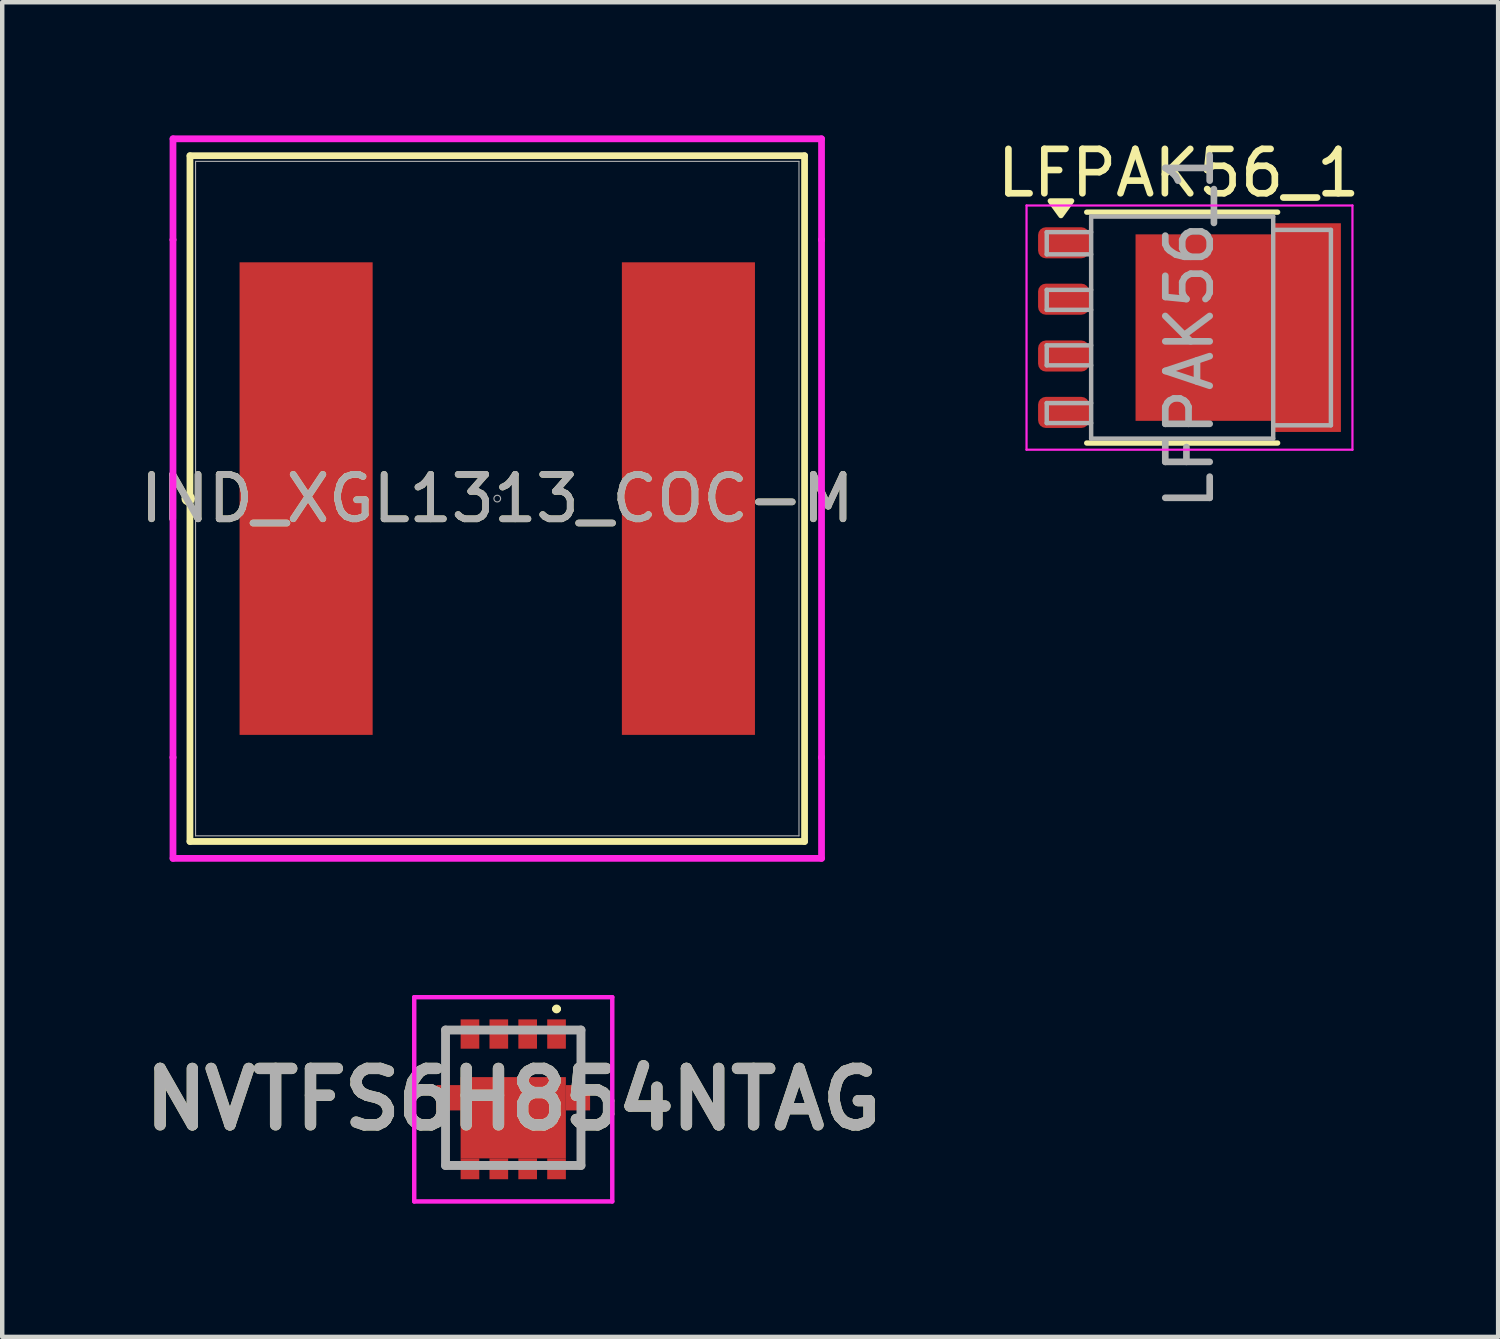
<source format=kicad_pcb>
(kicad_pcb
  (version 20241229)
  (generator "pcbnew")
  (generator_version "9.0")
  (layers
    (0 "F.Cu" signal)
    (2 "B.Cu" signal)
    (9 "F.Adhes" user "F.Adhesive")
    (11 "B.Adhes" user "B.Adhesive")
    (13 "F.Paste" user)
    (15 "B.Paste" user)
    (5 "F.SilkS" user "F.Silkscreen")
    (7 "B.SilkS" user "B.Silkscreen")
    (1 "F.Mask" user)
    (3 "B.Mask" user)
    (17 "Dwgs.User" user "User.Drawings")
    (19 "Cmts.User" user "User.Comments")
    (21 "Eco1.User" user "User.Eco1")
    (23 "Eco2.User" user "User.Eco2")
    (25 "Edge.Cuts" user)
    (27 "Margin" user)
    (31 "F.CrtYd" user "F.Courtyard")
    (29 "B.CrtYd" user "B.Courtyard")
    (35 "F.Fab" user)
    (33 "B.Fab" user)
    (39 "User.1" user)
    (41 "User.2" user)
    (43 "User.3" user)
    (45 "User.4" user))
  (footprint "IND_XGL1313_COC-M"
    (layer "F.Cu")
    (at 8.149 8.179)
    (property "Reference" "IND_XGL1313_COC-M" (at 0 0 0) (unlocked yes) (layer "F.SilkS") (effects (font (size 1 1) (thickness 0.15))))
    (attr smd)
    (fp_line (start -6.921 -7.722) (end -6.921 7.722) (stroke (width 0.152) (type solid)) (layer "F.SilkS"))
    (fp_line (start -6.921 7.722) (end 6.921 7.722) (stroke (width 0.152) (type solid)) (layer "F.SilkS"))
    (fp_line (start 6.921 -7.722) (end -6.921 -7.722) (stroke (width 0.152) (type solid)) (layer "F.SilkS"))
    (fp_line (start 6.921 7.722) (end 6.921 -7.722) (stroke (width 0.152) (type solid)) (layer "F.SilkS"))
    (fp_circle (center -6.96 0) (end -6.883 0) (stroke (width 0.152) (type solid)) (fill no) (layer "F.SilkS"))
    (fp_line (start -7.303 -8.103) (end 7.303 -8.103) (stroke (width 0.152) (type solid)) (layer "F.CrtYd"))
    (fp_line (start -7.303 -5.829) (end -7.303 -8.103) (stroke (width 0.152) (type solid)) (layer "F.CrtYd"))
    (fp_line (start -7.303 -5.829) (end -7.303 -5.829) (stroke (width 0.152) (type solid)) (layer "F.CrtYd"))
    (fp_line (start -7.303 5.829) (end -7.303 -5.829) (stroke (width 0.152) (type solid)) (layer "F.CrtYd"))
    (fp_line (start -7.303 5.829) (end -7.303 5.829) (stroke (width 0.152) (type solid)) (layer "F.CrtYd"))
    (fp_line (start -7.303 8.103) (end -7.303 5.829) (stroke (width 0.152) (type solid)) (layer "F.CrtYd"))
    (fp_line (start 7.303 -8.103) (end 7.303 -5.829) (stroke (width 0.152) (type solid)) (layer "F.CrtYd"))
    (fp_line (start 7.303 -5.829) (end 7.303 -5.829) (stroke (width 0.152) (type solid)) (layer "F.CrtYd"))
    (fp_line (start 7.303 -5.829) (end 7.303 5.829) (stroke (width 0.152) (type solid)) (layer "F.CrtYd"))
    (fp_line (start 7.303 5.829) (end 7.303 5.829) (stroke (width 0.152) (type solid)) (layer "F.CrtYd"))
    (fp_line (start 7.303 5.829) (end 7.303 8.103) (stroke (width 0.152) (type solid)) (layer "F.CrtYd"))
    (fp_line (start 7.303 8.103) (end -7.303 8.103) (stroke (width 0.152) (type solid)) (layer "F.CrtYd"))
    (fp_line (start -6.795 -7.595) (end -6.795 7.595) (stroke (width 0.025) (type solid)) (layer "F.Fab"))
    (fp_line (start -6.795 7.595) (end 6.795 7.595) (stroke (width 0.025) (type solid)) (layer "F.Fab"))
    (fp_line (start 6.795 -7.595) (end -6.795 -7.595) (stroke (width 0.025) (type solid)) (layer "F.Fab"))
    (fp_line (start 6.795 7.595) (end 6.795 -7.595) (stroke (width 0.025) (type solid)) (layer "F.Fab"))
    (fp_circle (center 0 0) (end 0.076 0) (stroke (width 0.025) (type solid)) (fill no) (layer "F.Fab"))
    (fp_text user "${REFERENCE}" (at 0 0 0) (unlocked yes) (layer "F.Fab") (effects (font (size 1 1) (thickness 0.15))))
    (pad "1" smd rect (at -4.305 0) (size 2.997 10.643) (layers "F.Cu" "F.Mask" "F.Paste"))
    (pad "2" smd rect (at 4.305 0) (size 2.997 10.643) (layers "F.Cu" "F.Mask" "F.Paste")))
  (footprint "LFPAK56_1"
    (layer "F.Cu")
    (at 23.574 4.328)
    (property "Reference" "LFPAK56_1" (at -0.08 -3.48 0) (layer "F.SilkS") (effects (font (size 1 1) (thickness 0.15))))
    (attr smd)
    (fp_line (start -2.15 2.6) (end 2.15 2.6) (stroke (width 0.12) (type solid)) (layer "F.SilkS"))
    (fp_line (start 2.15 -2.6) (end -2.15 -2.6) (stroke (width 0.12) (type solid)) (layer "F.SilkS"))
    (fp_poly (pts (xy -2.73 -2.523) (xy -2.49 -2.853) (xy -2.97 -2.853) (xy -2.73 -2.523)) (stroke (width 0.12) (type solid)) (fill yes) (layer "F.SilkS"))
    (fp_line (start -3.505 2.75) (end -3.505 -2.75) (stroke (width 0.05) (type solid)) (layer "F.CrtYd"))
    (fp_line (start -3.505 2.75) (end 3.835 2.75) (stroke (width 0.05) (type solid)) (layer "F.CrtYd"))
    (fp_line (start 3.835 -2.75) (end -3.505 -2.75) (stroke (width 0.05) (type solid)) (layer "F.CrtYd"))
    (fp_line (start 3.835 -2.75) (end 3.835 2.75) (stroke (width 0.05) (type solid)) (layer "F.CrtYd"))
    (fp_line (start -3.05 -2.15) (end -3.05 -1.65) (stroke (width 0.1) (type solid)) (layer "F.Fab"))
    (fp_line (start -3.05 -2.15) (end -2.05 -2.15) (stroke (width 0.1) (type solid)) (layer "F.Fab"))
    (fp_line (start -3.05 -1.65) (end -2.05 -1.65) (stroke (width 0.1) (type solid)) (layer "F.Fab"))
    (fp_line (start -3.05 -0.85) (end -3.05 -0.4) (stroke (width 0.1) (type solid)) (layer "F.Fab"))
    (fp_line (start -3.05 -0.4) (end -2.05 -0.4) (stroke (width 0.1) (type solid)) (layer "F.Fab"))
    (fp_line (start -3.05 0.4) (end -3.05 0.85) (stroke (width 0.1) (type solid)) (layer "F.Fab"))
    (fp_line (start -3.05 0.85) (end -2.05 0.85) (stroke (width 0.1) (type solid)) (layer "F.Fab"))
    (fp_line (start -3.05 1.7) (end -3.05 2.15) (stroke (width 0.1) (type solid)) (layer "F.Fab"))
    (fp_line (start -3.05 2.15) (end -2.05 2.15) (stroke (width 0.1) (type solid)) (layer "F.Fab"))
    (fp_line (start -2.05 -2.5) (end -2.05 2.5) (stroke (width 0.1) (type solid)) (layer "F.Fab"))
    (fp_line (start -2.05 -0.85) (end -3.05 -0.85) (stroke (width 0.1) (type solid)) (layer "F.Fab"))
    (fp_line (start -2.05 0.4) (end -3.05 0.4) (stroke (width 0.1) (type solid)) (layer "F.Fab"))
    (fp_line (start -2.05 1.7) (end -3.05 1.7) (stroke (width 0.1) (type solid)) (layer "F.Fab"))
    (fp_line (start -2.05 2.5) (end 2.05 2.5) (stroke (width 0.1) (type solid)) (layer "F.Fab"))
    (fp_line (start 2.05 -2.5) (end -2.05 -2.5) (stroke (width 0.1) (type solid)) (layer "F.Fab"))
    (fp_line (start 2.05 2.5) (end 2.05 -2.5) (stroke (width 0.1) (type solid)) (layer "F.Fab"))
    (fp_line (start 3.35 -2.2) (end 2.05 -2.2) (stroke (width 0.1) (type solid)) (layer "F.Fab"))
    (fp_line (start 3.35 -2.2) (end 3.35 2.2) (stroke (width 0.1) (type solid)) (layer "F.Fab"))
    (fp_line (start 3.35 2.2) (end 2.05 2.2) (stroke (width 0.1) (type solid)) (layer "F.Fab"))
    (fp_text user "${REFERENCE}" (at 0.165 0 90) (layer "F.Fab") (effects (font (size 1 1) (thickness 0.15))))
    (pad "" smd roundrect (at -0.5 -1.15) (size 0.6 0.9) (layers "F.Paste") (roundrect_rratio 0.25))
    (pad "" smd roundrect (at -0.5 0) (size 0.6 0.9) (layers "F.Paste") (roundrect_rratio 0.25))
    (pad "" smd roundrect (at -0.5 1.15) (size 0.6 0.9) (layers "F.Paste") (roundrect_rratio 0.25))
    (pad "" smd roundrect (at 0.35 -1.15) (size 0.6 0.9) (layers "F.Paste") (roundrect_rratio 0.25))
    (pad "" smd roundrect (at 0.35 0) (size 0.6 0.9) (layers "F.Paste") (roundrect_rratio 0.25))
    (pad "" smd roundrect (at 0.35 1.15) (size 0.6 0.9) (layers "F.Paste") (roundrect_rratio 0.25))
    (pad "" smd roundrect (at 1.2 -1.15) (size 0.6 0.9) (layers "F.Paste") (roundrect_rratio 0.25))
    (pad "" smd roundrect (at 1.2 0) (size 0.6 0.9) (layers "F.Paste") (roundrect_rratio 0.25))
    (pad "" smd roundrect (at 1.2 1.15) (size 0.6 0.9) (layers "F.Paste") (roundrect_rratio 0.25))
    (pad "" smd roundrect (at 3.05 -1.88 270) (size 0.6 0.9) (layers "F.Paste") (roundrect_rratio 0.25))
    (pad "" smd roundrect (at 3.05 -0.6 270) (size 0.6 0.9) (layers "F.Paste") (roundrect_rratio 0.25))
    (pad "" smd roundrect (at 3.05 0.6 270) (size 0.6 0.9) (layers "F.Paste") (roundrect_rratio 0.25))
    (pad "" smd roundrect (at 3.05 1.88 270) (size 0.6 0.9) (layers "F.Paste") (roundrect_rratio 0.25))
    (pad "D" smd custom (at 0.6 0) (size 3.3 4.2) (layers "F.Cu" "F.Mask") (options (anchor rect)) (primitives (gr_poly (pts (xy 2.975 2.35) (xy 1.425 2.35) (xy 1.425 -2.35) (xy 2.975 -2.35)) (width 0) (fill yes))))
    (pad "G" smd roundrect (at -2.67 1.91 270) (size 0.7 1.15) (layers "F.Cu" "F.Mask" "F.Paste") (roundrect_rratio 0.25))
    (pad "S" smd roundrect (at -2.67 -1.91 270) (size 0.7 1.15) (layers "F.Cu" "F.Mask" "F.Paste") (roundrect_rratio 0.25))
    (pad "S" smd roundrect (at -2.67 -0.64 270) (size 0.7 1.15) (layers "F.Cu" "F.Mask" "F.Paste") (roundrect_rratio 0.25))
    (pad "S" smd roundrect (at -2.67 0.64 270) (size 0.7 1.15) (layers "F.Cu" "F.Mask" "F.Paste") (roundrect_rratio 0.25)))
  (footprint "NVTFS6H854NTAG"
    (layer "F.Cu")
    (at 8.509 21.673)
    (property "Reference" "NVTFS6H854NTAG" (at 0 0.035 0) (layer "F.SilkS") (effects (font (size 1.27 1.27) (thickness 0.254))))
    (attr smd)
    (fp_line (start -1.525 -1.525) (end -1.525 -0.6) (stroke (width 0.1) (type solid)) (layer "F.SilkS"))
    (fp_line (start -1.525 1.525) (end -1.525 0.6) (stroke (width 0.1) (type solid)) (layer "F.SilkS"))
    (fp_line (start 0.925 -2) (end 0.925 -2) (stroke (width 0.1) (type solid)) (layer "F.SilkS"))
    (fp_line (start 1.025 -2) (end 1.025 -2) (stroke (width 0.1) (type solid)) (layer "F.SilkS"))
    (fp_line (start 1.525 -1.525) (end 1.525 -0.6) (stroke (width 0.1) (type solid)) (layer "F.SilkS"))
    (fp_line (start 1.525 1.525) (end 1.525 0.6) (stroke (width 0.1) (type solid)) (layer "F.SilkS"))
    (fp_arc (start 0.925 -2) (mid 0.975 -2.05) (end 1.025 -2) (stroke (width 0.1) (type solid)) (layer "F.SilkS"))
    (fp_arc (start 1.025 -2) (mid 0.975 -1.95) (end 0.925 -2) (stroke (width 0.1) (type solid)) (layer "F.SilkS"))
    (fp_line (start -2.23 -2.265) (end 2.23 -2.265) (stroke (width 0.1) (type solid)) (layer "F.CrtYd"))
    (fp_line (start -2.23 2.335) (end -2.23 -2.265) (stroke (width 0.1) (type solid)) (layer "F.CrtYd"))
    (fp_line (start 2.23 -2.265) (end 2.23 2.335) (stroke (width 0.1) (type solid)) (layer "F.CrtYd"))
    (fp_line (start 2.23 2.335) (end -2.23 2.335) (stroke (width 0.1) (type solid)) (layer "F.CrtYd"))
    (fp_line (start -1.525 -1.525) (end 1.525 -1.525) (stroke (width 0.2) (type solid)) (layer "F.Fab"))
    (fp_line (start -1.525 1.525) (end -1.525 -1.525) (stroke (width 0.2) (type solid)) (layer "F.Fab"))
    (fp_line (start 1.525 -1.525) (end 1.525 1.525) (stroke (width 0.2) (type solid)) (layer "F.Fab"))
    (fp_line (start 1.525 1.525) (end -1.525 1.525) (stroke (width 0.2) (type solid)) (layer "F.Fab"))
    (fp_text user "${REFERENCE}" (at 0 0.035 0) (layer "F.Fab") (effects (font (size 1.27 1.27) (thickness 0.254))))
    (pad "1" smd rect (at 0.975 -1.435) (size 0.42 0.66) (layers "F.Cu" "F.Mask" "F.Paste"))
    (pad "2" smd rect (at 0.325 -1.435) (size 0.42 0.66) (layers "F.Cu" "F.Mask" "F.Paste"))
    (pad "3" smd rect (at -0.325 -1.435) (size 0.42 0.66) (layers "F.Cu" "F.Mask" "F.Paste"))
    (pad "4" smd rect (at -0.975 -1.435) (size 0.42 0.66) (layers "F.Cu" "F.Mask" "F.Paste"))
    (pad "5" smd rect (at -0.975 1.6) (size 0.42 0.47) (layers "F.Cu" "F.Mask" "F.Paste"))
    (pad "6" smd rect (at -0.325 1.6) (size 0.42 0.47) (layers "F.Cu" "F.Mask" "F.Paste"))
    (pad "7" smd rect (at 0.325 1.6) (size 0.42 0.47) (layers "F.Cu" "F.Mask" "F.Paste"))
    (pad "8" smd rect (at 0.975 1.6) (size 0.42 0.47) (layers "F.Cu" "F.Mask" "F.Paste"))
    (pad "9" smd rect (at 0 0.45 90) (size 1.83 2.37) (layers "F.Cu" "F.Mask" "F.Paste"))
    (pad "10" smd rect (at 1.458 0) (size 0.545 0.57) (layers "F.Cu" "F.Mask" "F.Paste"))
    (pad "11" smd rect (at -1.458 0) (size 0.545 0.57) (layers "F.Cu" "F.Mask" "F.Paste")))
  (gr_rect
    (start -3 -3)
    (end 30.69 27.058)
    (stroke (width 0.1) (type default))
    (fill no)
    (layer "Edge.Cuts")))
</source>
